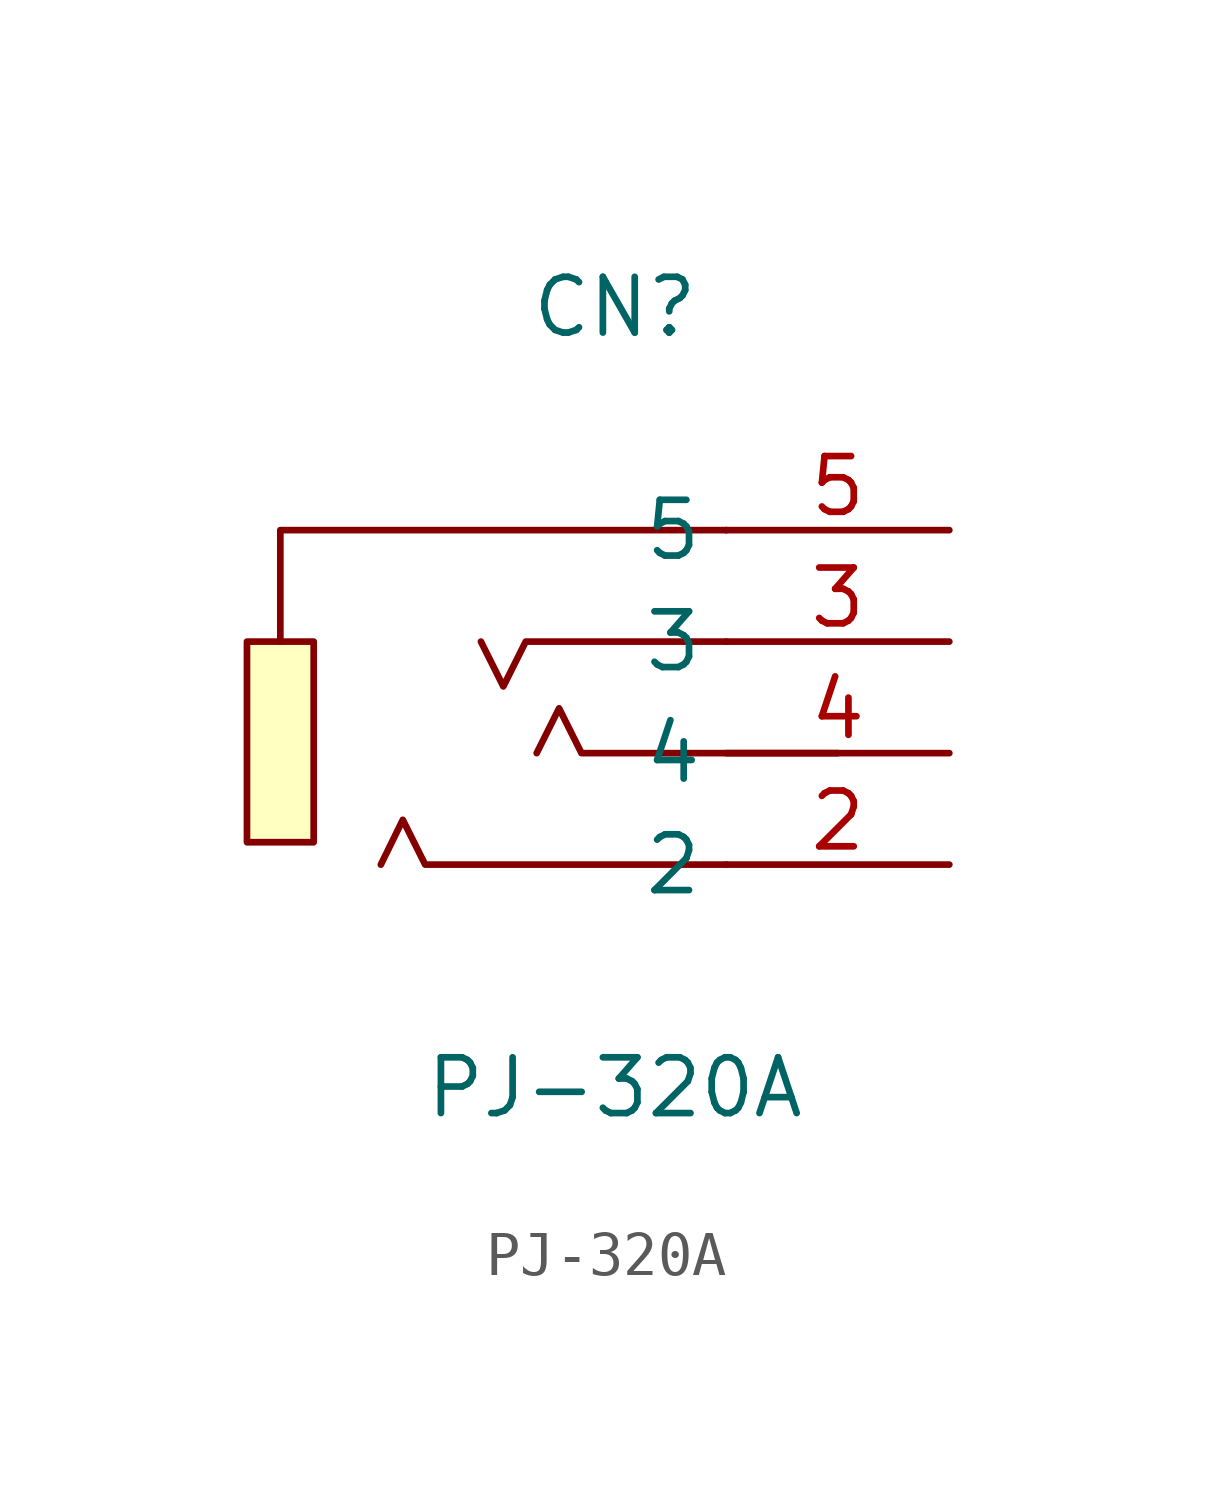
<source format=kicad_sym>
(kicad_symbol_lib
  (version 20231120)
  (generator "kicad_symbol_editor")
  (generator_version "8.0")
  (symbol "PJ-320A"
    (property "Reference" "CN"
      (at 0 10.16 0)
      (effects (font (size 1.27 1.27))))
    (property "Value" "PJ-320A"
      (at 0 -7.62 0)
      (effects (font (size 1.27 1.27))))
    (symbol "PJ-320A_0_1"
      (rectangle (start -8.38 2.54) (end -6.86 -2.03) (stroke (width 0) (type default)) (fill (type background)))
      (polyline (pts (xy 2.54 5.08) (xy -7.62 5.08) (xy -7.62 2.54)) (stroke (width 0) (type default)) (fill (type none)))
      (polyline (pts (xy 2.54 -2.54) (xy -4.32 -2.54) (xy -4.83 -1.52) (xy -5.33 -2.54)) (stroke (width 0) (type default)) (fill (type none)))
      (polyline (pts (xy 2.54 2.54) (xy -2.03 2.54) (xy -2.54 1.52) (xy -3.05 2.54)) (stroke (width 0) (type default)) (fill (type none)))
      (polyline (pts (xy 5.08 0) (xy -0.76 0) (xy -1.27 1.02) (xy -1.78 0)) (stroke (width 0) (type default)) (fill (type none)))
      (pin unspecified line (at 7.62 -2.54 180) (length 5.08) (name "2" (effects (font (size 1.27 1.27)))) (number "2" (effects (font (size 1.27 1.27)))))
      (pin unspecified line (at 7.62 2.54 180) (length 5.08) (name "3" (effects (font (size 1.27 1.27)))) (number "3" (effects (font (size 1.27 1.27)))))
      (pin unspecified line (at 7.62 0 180) (length 5.08) (name "4" (effects (font (size 1.27 1.27)))) (number "4" (effects (font (size 1.27 1.27)))))
      (pin unspecified line (at 7.62 5.08 180) (length 5.08) (name "5" (effects (font (size 1.27 1.27)))) (number "5" (effects (font (size 1.27 1.27))))))))
</source>
